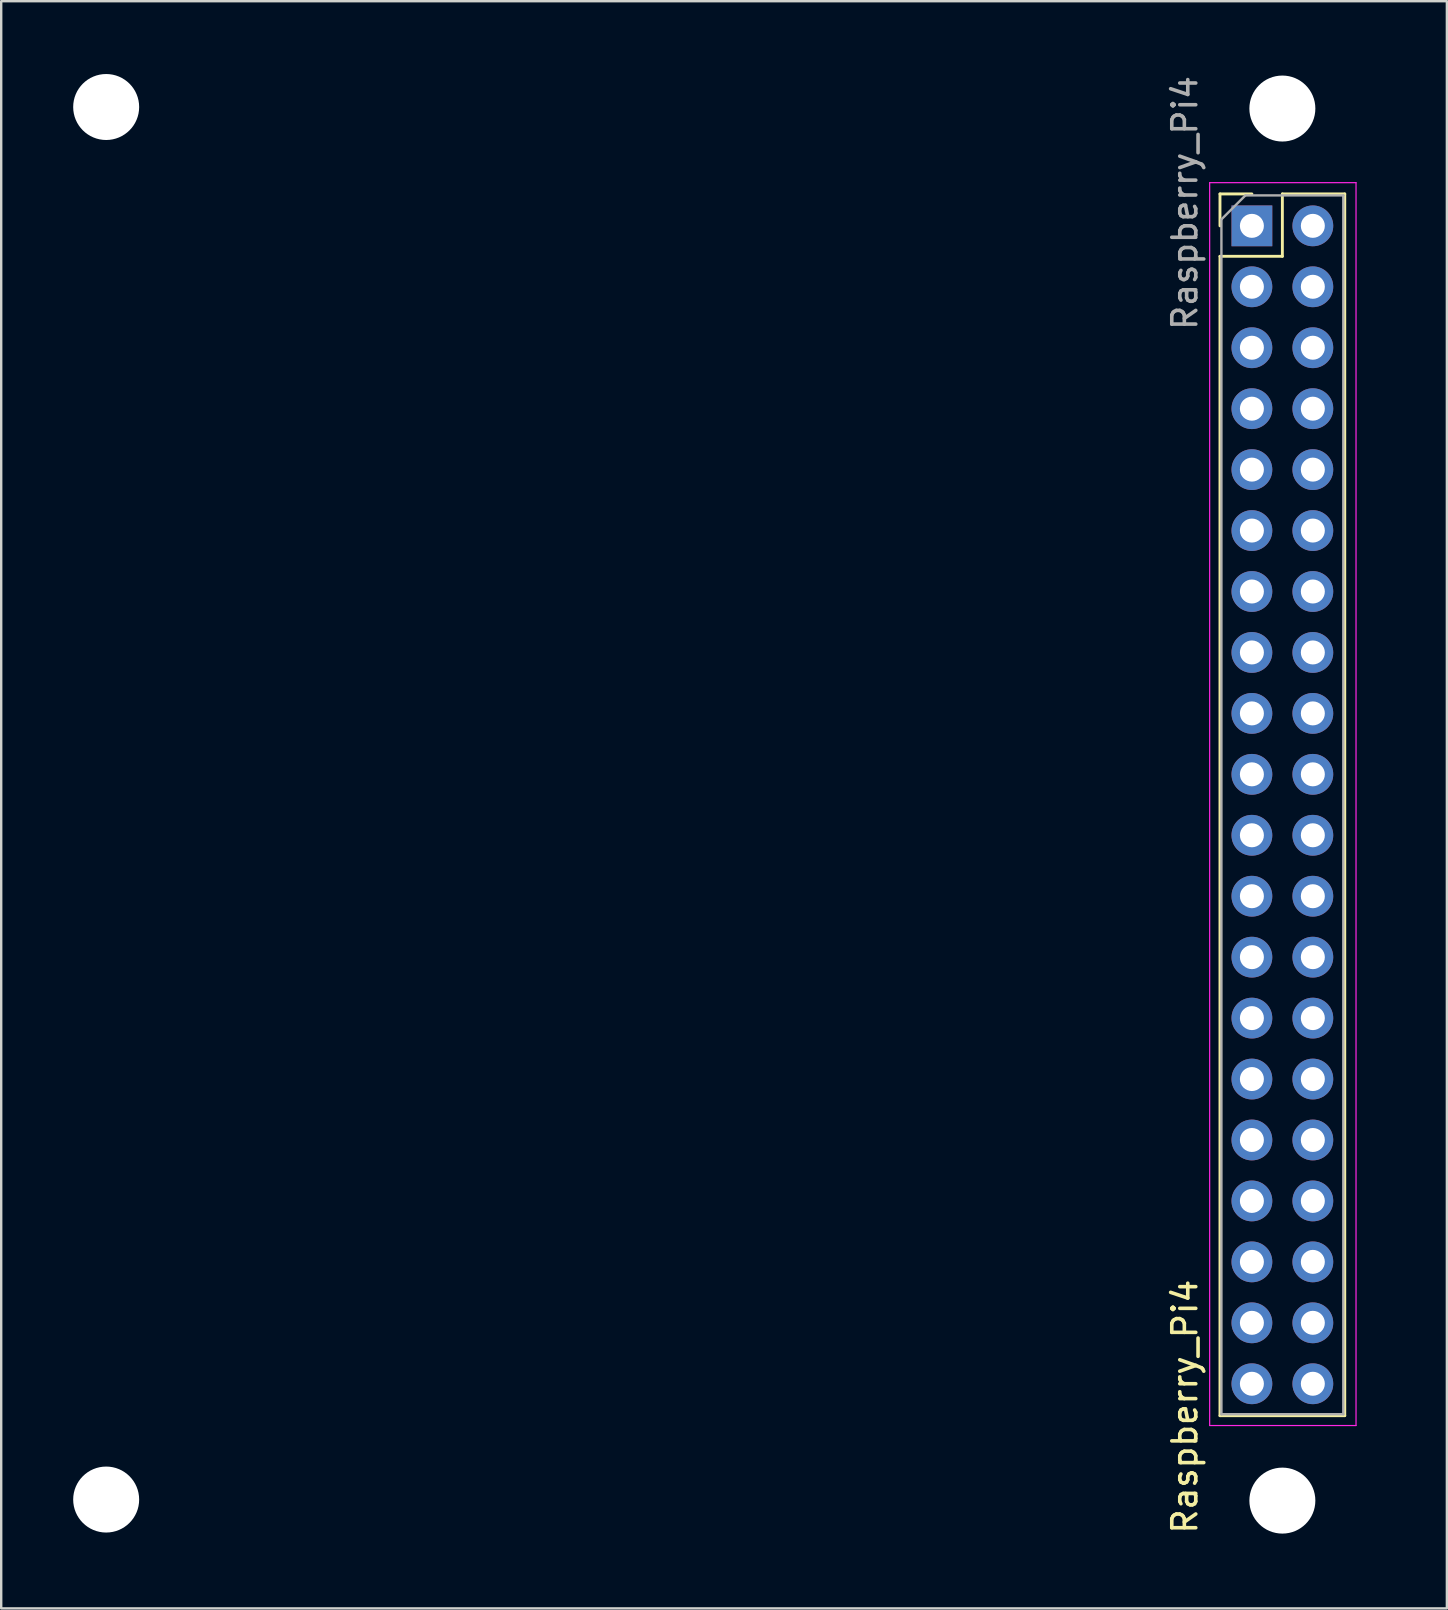
<source format=kicad_pcb>
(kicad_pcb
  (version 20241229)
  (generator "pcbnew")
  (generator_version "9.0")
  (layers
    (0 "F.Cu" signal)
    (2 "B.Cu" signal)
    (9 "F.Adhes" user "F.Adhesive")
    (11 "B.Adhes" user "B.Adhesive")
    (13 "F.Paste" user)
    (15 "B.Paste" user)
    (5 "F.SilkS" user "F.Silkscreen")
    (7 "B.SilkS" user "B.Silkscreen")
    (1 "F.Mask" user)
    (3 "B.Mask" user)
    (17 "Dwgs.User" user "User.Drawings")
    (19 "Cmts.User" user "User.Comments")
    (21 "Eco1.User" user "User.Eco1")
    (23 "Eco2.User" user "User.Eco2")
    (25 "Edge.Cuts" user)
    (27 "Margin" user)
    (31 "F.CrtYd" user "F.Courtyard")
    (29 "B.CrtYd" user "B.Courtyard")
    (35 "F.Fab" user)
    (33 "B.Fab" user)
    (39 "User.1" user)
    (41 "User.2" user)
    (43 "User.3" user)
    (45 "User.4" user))
  (footprint "Raspberry_Pi4"
    (layer "F.Cu")
    (at 54.004 6.363)
    (property "Reference" "Raspberry_Pi4" (at -7.671 49.212 270) (layer "F.SilkS") (effects (font (size 1 1) (thickness 0.15))))
    (attr through_hole)
    (fp_line (start -6.207 -1.33) (end -6.207 0) (stroke (width 0.12) (type solid)) (layer "F.SilkS"))
    (fp_line (start -6.207 1.27) (end -6.207 49.59) (stroke (width 0.12) (type solid)) (layer "F.SilkS"))
    (fp_line (start -4.877 -1.33) (end -6.207 -1.33) (stroke (width 0.12) (type solid)) (layer "F.SilkS"))
    (fp_line (start -3.607 -1.33) (end -3.607 1.27) (stroke (width 0.12) (type solid)) (layer "F.SilkS"))
    (fp_line (start -3.607 1.27) (end -6.207 1.27) (stroke (width 0.12) (type solid)) (layer "F.SilkS"))
    (fp_line (start -1.007 -1.33) (end -3.607 -1.33) (stroke (width 0.12) (type solid)) (layer "F.SilkS"))
    (fp_line (start -1.007 -1.33) (end -1.007 49.59) (stroke (width 0.12) (type solid)) (layer "F.SilkS"))
    (fp_line (start -1.007 49.59) (end -6.207 49.59) (stroke (width 0.12) (type solid)) (layer "F.SilkS"))
    (fp_line (start -6.637 -1.8) (end -6.637 50) (stroke (width 0.05) (type solid)) (layer "F.CrtYd"))
    (fp_line (start -6.637 50) (end -0.537 50) (stroke (width 0.05) (type solid)) (layer "F.CrtYd"))
    (fp_line (start -0.537 -1.8) (end -6.637 -1.8) (stroke (width 0.05) (type solid)) (layer "F.CrtYd"))
    (fp_line (start -0.537 50) (end -0.537 -1.8) (stroke (width 0.05) (type solid)) (layer "F.CrtYd"))
    (fp_line (start -6.147 -0.27) (end -6.147 49.53) (stroke (width 0.1) (type solid)) (layer "F.Fab"))
    (fp_line (start -6.147 49.53) (end -1.067 49.53) (stroke (width 0.1) (type solid)) (layer "F.Fab"))
    (fp_line (start -5.147 -1.27) (end -6.147 -0.27) (stroke (width 0.1) (type solid)) (layer "F.Fab"))
    (fp_line (start -1.067 -1.27) (end -5.147 -1.27) (stroke (width 0.1) (type solid)) (layer "F.Fab"))
    (fp_line (start -1.067 49.53) (end -1.067 -1.27) (stroke (width 0.1) (type solid)) (layer "F.Fab"))
    (fp_text user "${REFERENCE}" (at -7.671 -0.953 90) (layer "F.Fab") (effects (font (size 1 1) (thickness 0.15))))
    (pad "" np_thru_hole circle (at -52.629 -4.953 270) (size 2.75 2.75) (drill 2.75) (layers "*.Cu" "*.Mask"))
    (pad "" np_thru_hole circle (at -52.629 53.086 270) (size 2.75 2.75) (drill 2.75) (layers "*.Cu" "*.Mask"))
    (pad "" np_thru_hole circle (at -3.607 -4.889 270) (size 2.75 2.75) (drill 2.75) (layers "*.Cu" "*.Mask"))
    (pad "" np_thru_hole circle (at -3.607 53.13 270) (size 2.75 2.75) (drill 2.75) (layers "*.Cu" "*.Mask"))
    (pad "1" thru_hole rect (at -4.877 0) (size 1.7 1.7) (drill 1) (layers "*.Cu" "*.Mask"))
    (pad "2" thru_hole oval (at -2.337 0) (size 1.7 1.7) (drill 1) (layers "*.Cu" "*.Mask"))
    (pad "3" thru_hole oval (at -4.877 2.54) (size 1.7 1.7) (drill 1) (layers "*.Cu" "*.Mask"))
    (pad "4" thru_hole oval (at -2.337 2.54) (size 1.7 1.7) (drill 1) (layers "*.Cu" "*.Mask"))
    (pad "5" thru_hole oval (at -4.877 5.08) (size 1.7 1.7) (drill 1) (layers "*.Cu" "*.Mask"))
    (pad "6" thru_hole oval (at -2.337 5.08) (size 1.7 1.7) (drill 1) (layers "*.Cu" "*.Mask"))
    (pad "7" thru_hole oval (at -4.877 7.62) (size 1.7 1.7) (drill 1) (layers "*.Cu" "*.Mask"))
    (pad "8" thru_hole oval (at -2.337 7.62) (size 1.7 1.7) (drill 1) (layers "*.Cu" "*.Mask"))
    (pad "9" thru_hole oval (at -4.877 10.16) (size 1.7 1.7) (drill 1) (layers "*.Cu" "*.Mask"))
    (pad "10" thru_hole oval (at -2.337 10.16) (size 1.7 1.7) (drill 1) (layers "*.Cu" "*.Mask"))
    (pad "11" thru_hole oval (at -4.877 12.7) (size 1.7 1.7) (drill 1) (layers "*.Cu" "*.Mask"))
    (pad "12" thru_hole oval (at -2.337 12.7) (size 1.7 1.7) (drill 1) (layers "*.Cu" "*.Mask"))
    (pad "13" thru_hole oval (at -4.877 15.24) (size 1.7 1.7) (drill 1) (layers "*.Cu" "*.Mask"))
    (pad "14" thru_hole oval (at -2.337 15.24) (size 1.7 1.7) (drill 1) (layers "*.Cu" "*.Mask"))
    (pad "15" thru_hole oval (at -4.877 17.78) (size 1.7 1.7) (drill 1) (layers "*.Cu" "*.Mask"))
    (pad "16" thru_hole oval (at -2.337 17.78) (size 1.7 1.7) (drill 1) (layers "*.Cu" "*.Mask"))
    (pad "17" thru_hole oval (at -4.877 20.32) (size 1.7 1.7) (drill 1) (layers "*.Cu" "*.Mask"))
    (pad "18" thru_hole oval (at -2.337 20.32) (size 1.7 1.7) (drill 1) (layers "*.Cu" "*.Mask"))
    (pad "19" thru_hole oval (at -4.877 22.86) (size 1.7 1.7) (drill 1) (layers "*.Cu" "*.Mask"))
    (pad "20" thru_hole oval (at -2.337 22.86) (size 1.7 1.7) (drill 1) (layers "*.Cu" "*.Mask"))
    (pad "21" thru_hole oval (at -4.877 25.4) (size 1.7 1.7) (drill 1) (layers "*.Cu" "*.Mask"))
    (pad "22" thru_hole oval (at -2.337 25.4) (size 1.7 1.7) (drill 1) (layers "*.Cu" "*.Mask"))
    (pad "23" thru_hole oval (at -4.877 27.94) (size 1.7 1.7) (drill 1) (layers "*.Cu" "*.Mask"))
    (pad "24" thru_hole oval (at -2.337 27.94) (size 1.7 1.7) (drill 1) (layers "*.Cu" "*.Mask"))
    (pad "25" thru_hole oval (at -4.877 30.48) (size 1.7 1.7) (drill 1) (layers "*.Cu" "*.Mask"))
    (pad "26" thru_hole oval (at -2.337 30.48) (size 1.7 1.7) (drill 1) (layers "*.Cu" "*.Mask"))
    (pad "27" thru_hole oval (at -4.877 33.02) (size 1.7 1.7) (drill 1) (layers "*.Cu" "*.Mask"))
    (pad "28" thru_hole oval (at -2.337 33.02) (size 1.7 1.7) (drill 1) (layers "*.Cu" "*.Mask"))
    (pad "29" thru_hole oval (at -4.877 35.56) (size 1.7 1.7) (drill 1) (layers "*.Cu" "*.Mask"))
    (pad "30" thru_hole oval (at -2.337 35.56) (size 1.7 1.7) (drill 1) (layers "*.Cu" "*.Mask"))
    (pad "31" thru_hole oval (at -4.877 38.1) (size 1.7 1.7) (drill 1) (layers "*.Cu" "*.Mask"))
    (pad "32" thru_hole oval (at -2.337 38.1) (size 1.7 1.7) (drill 1) (layers "*.Cu" "*.Mask"))
    (pad "33" thru_hole oval (at -4.877 40.64) (size 1.7 1.7) (drill 1) (layers "*.Cu" "*.Mask"))
    (pad "34" thru_hole oval (at -2.337 40.64) (size 1.7 1.7) (drill 1) (layers "*.Cu" "*.Mask"))
    (pad "35" thru_hole oval (at -4.877 43.18) (size 1.7 1.7) (drill 1) (layers "*.Cu" "*.Mask"))
    (pad "36" thru_hole oval (at -2.337 43.18) (size 1.7 1.7) (drill 1) (layers "*.Cu" "*.Mask"))
    (pad "37" thru_hole oval (at -4.877 45.72) (size 1.7 1.7) (drill 1) (layers "*.Cu" "*.Mask"))
    (pad "38" thru_hole oval (at -2.337 45.72) (size 1.7 1.7) (drill 1) (layers "*.Cu" "*.Mask"))
    (pad "39" thru_hole oval (at -4.877 48.26) (size 1.7 1.7) (drill 1) (layers "*.Cu" "*.Mask"))
    (pad "40" thru_hole oval (at -2.337 48.26) (size 1.7 1.7) (drill 1) (layers "*.Cu" "*.Mask")))
  (gr_rect
    (start -3 -3)
    (end 57.254 63.986)
    (stroke (width 0.1) (type default))
    (fill no)
    (layer "Edge.Cuts")))
</source>
